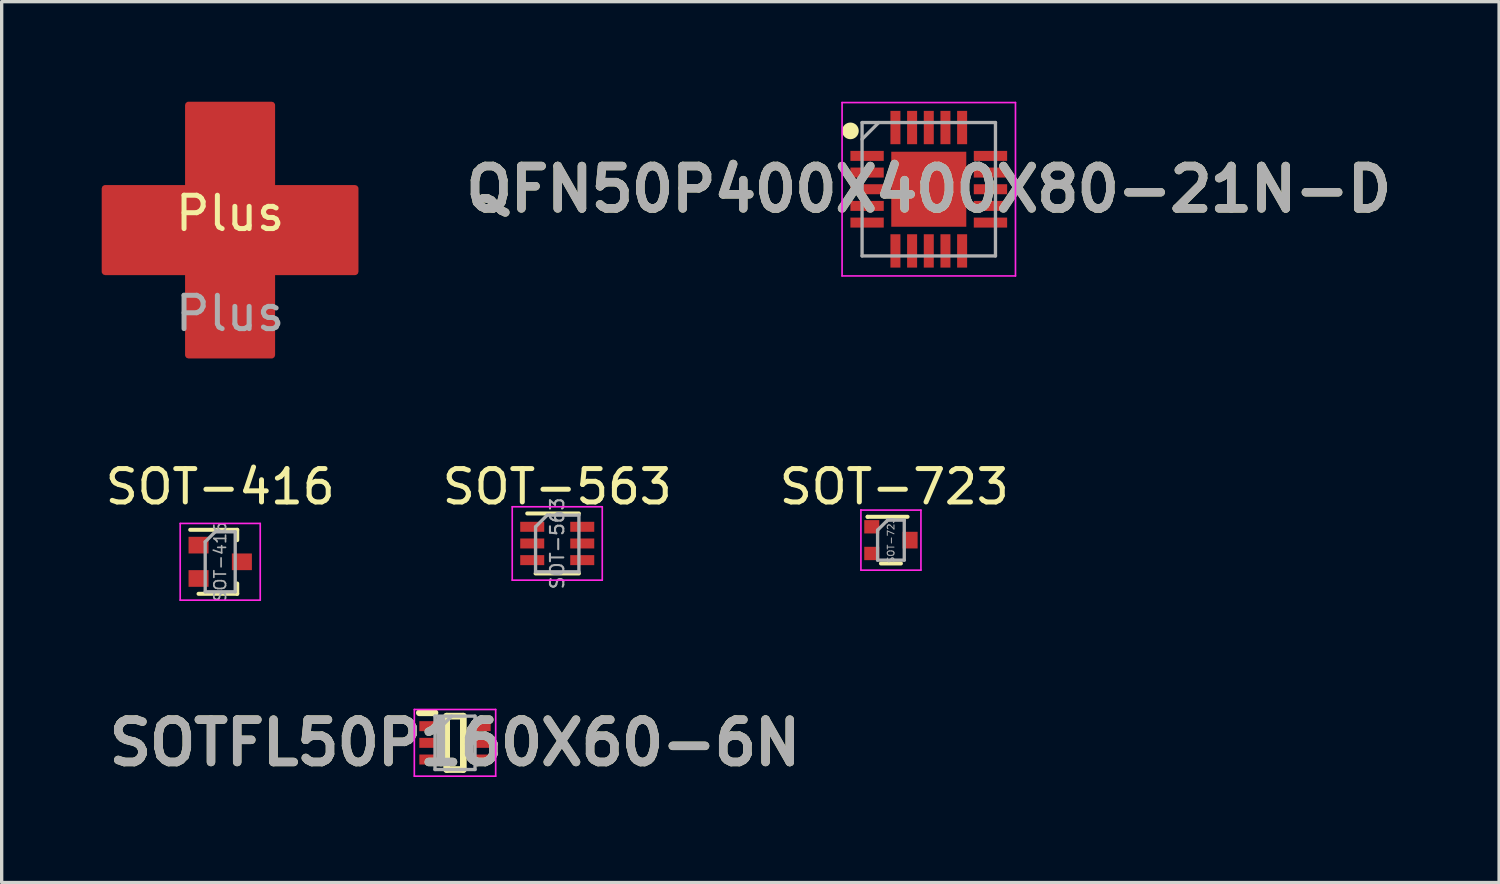
<source format=kicad_pcb>
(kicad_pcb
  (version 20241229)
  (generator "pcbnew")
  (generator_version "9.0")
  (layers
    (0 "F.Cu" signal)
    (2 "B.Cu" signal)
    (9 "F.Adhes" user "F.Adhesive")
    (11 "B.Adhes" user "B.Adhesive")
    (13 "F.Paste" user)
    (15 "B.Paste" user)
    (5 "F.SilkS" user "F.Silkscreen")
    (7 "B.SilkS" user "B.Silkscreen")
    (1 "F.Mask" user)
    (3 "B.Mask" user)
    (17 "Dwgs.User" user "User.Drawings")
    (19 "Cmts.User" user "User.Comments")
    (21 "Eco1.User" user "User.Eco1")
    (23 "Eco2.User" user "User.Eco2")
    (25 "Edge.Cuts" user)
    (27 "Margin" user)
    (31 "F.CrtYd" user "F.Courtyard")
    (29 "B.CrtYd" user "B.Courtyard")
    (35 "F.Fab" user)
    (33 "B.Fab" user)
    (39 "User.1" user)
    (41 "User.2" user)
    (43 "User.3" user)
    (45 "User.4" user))
  (footprint "Plus"
    (layer "F.Cu")
    (at 3.85 3.85)
    (property "Reference" "Plus" (at 0 -0.5 0) (unlocked yes) (layer "F.SilkS") (effects (font (size 1 1) (thickness 0.15))))
    (attr smd)
    (fp_text user "${REFERENCE}" (at 0 2.5 0) (unlocked yes) (layer "F.Fab") (effects (font (size 1 1) (thickness 0.15))))
    (pad "1" smd custom (at 0 0) (size 1 1) (layers "F.Cu" "F.Mask") (options (anchor rect)) (primitives (gr_poly (pts (xy -3.75 -1.25) (xy -1.25 -1.25) (xy -1.25 -3.75) (xy 1.25 -3.75) (xy 1.25 -1.25) (xy 3.75 -1.25) (xy 3.75 1.25) (xy 1.25 1.25) (xy 1.25 3.75) (xy -1.25 3.75) (xy -1.25 1.25) (xy -3.75 1.25)) (width 0.2) (fill yes)))))
  (footprint "SOTFL50P160X60-6N"
    (layer "F.Cu")
    (at 10.595 19.227)
    (property "Reference" "SOTFL50P160X60-6N" (at 0 0 0) (layer "F.SilkS") (effects (font (size 1.27 1.27) (thickness 0.254))))
    (attr smd)
    (fp_line (start -1.07 -0.9) (end -0.6 -0.9) (stroke (width 0.2) (type solid)) (layer "F.SilkS"))
    (fp_line (start -0.25 -0.8) (end 0.25 -0.8) (stroke (width 0.2) (type solid)) (layer "F.SilkS"))
    (fp_line (start -0.25 0.8) (end -0.25 -0.8) (stroke (width 0.2) (type solid)) (layer "F.SilkS"))
    (fp_line (start 0.25 -0.8) (end 0.25 0.8) (stroke (width 0.2) (type solid)) (layer "F.SilkS"))
    (fp_line (start 0.25 0.8) (end -0.25 0.8) (stroke (width 0.2) (type solid)) (layer "F.SilkS"))
    (fp_line (start -1.22 -1) (end 1.22 -1) (stroke (width 0.05) (type solid)) (layer "F.CrtYd"))
    (fp_line (start -1.22 1) (end -1.22 -1) (stroke (width 0.05) (type solid)) (layer "F.CrtYd"))
    (fp_line (start 1.22 -1) (end 1.22 1) (stroke (width 0.05) (type solid)) (layer "F.CrtYd"))
    (fp_line (start 1.22 1) (end -1.22 1) (stroke (width 0.05) (type solid)) (layer "F.CrtYd"))
    (fp_line (start -0.6 -0.8) (end 0.6 -0.8) (stroke (width 0.1) (type solid)) (layer "F.Fab"))
    (fp_line (start -0.6 -0.3) (end -0.1 -0.8) (stroke (width 0.1) (type solid)) (layer "F.Fab"))
    (fp_line (start -0.6 0.8) (end -0.6 -0.8) (stroke (width 0.1) (type solid)) (layer "F.Fab"))
    (fp_line (start 0.6 -0.8) (end 0.6 0.8) (stroke (width 0.1) (type solid)) (layer "F.Fab"))
    (fp_line (start 0.6 0.8) (end -0.6 0.8) (stroke (width 0.1) (type solid)) (layer "F.Fab"))
    (fp_text user "${REFERENCE}" (at 0 0 0) (layer "F.Fab") (effects (font (size 1.27 1.27) (thickness 0.254))))
    (pad "1" smd rect (at -0.835 -0.5 90) (size 0.3 0.47) (layers "F.Cu" "F.Mask" "F.Paste"))
    (pad "2" smd rect (at -0.835 0 90) (size 0.3 0.47) (layers "F.Cu" "F.Mask" "F.Paste"))
    (pad "3" smd rect (at -0.835 0.5 90) (size 0.3 0.47) (layers "F.Cu" "F.Mask" "F.Paste"))
    (pad "4" smd rect (at 0.835 0.5 90) (size 0.3 0.47) (layers "F.Cu" "F.Mask" "F.Paste"))
    (pad "5" smd rect (at 0.835 0 90) (size 0.3 0.47) (layers "F.Cu" "F.Mask" "F.Paste"))
    (pad "6" smd rect (at 0.835 -0.5 90) (size 0.3 0.47) (layers "F.Cu" "F.Mask" "F.Paste")))
  (footprint "SOT-563"
    (layer "F.Cu")
    (at 13.661 13.248)
    (property "Reference" "SOT-563" (at 0 -1.7 0) (layer "F.SilkS") (effects (font (size 1 1) (thickness 0.15))))
    (attr smd)
    (fp_line (start -0.9 -0.9) (end 0.65 -0.9) (stroke (width 0.12) (type solid)) (layer "F.SilkS"))
    (fp_line (start 0.65 0.9) (end -0.65 0.9) (stroke (width 0.12) (type solid)) (layer "F.SilkS"))
    (fp_line (start -1.35 -1.1) (end -1.35 1.1) (stroke (width 0.05) (type solid)) (layer "F.CrtYd"))
    (fp_line (start -1.35 -1.1) (end 1.35 -1.1) (stroke (width 0.05) (type solid)) (layer "F.CrtYd"))
    (fp_line (start 1.35 1.1) (end -1.35 1.1) (stroke (width 0.05) (type solid)) (layer "F.CrtYd"))
    (fp_line (start 1.35 1.1) (end 1.35 -1.1) (stroke (width 0.05) (type solid)) (layer "F.CrtYd"))
    (fp_line (start -0.65 -0.5) (end -0.65 0.85) (stroke (width 0.1) (type solid)) (layer "F.Fab"))
    (fp_line (start -0.65 -0.5) (end -0.3 -0.85) (stroke (width 0.1) (type solid)) (layer "F.Fab"))
    (fp_line (start -0.65 0.85) (end 0.65 0.85) (stroke (width 0.1) (type solid)) (layer "F.Fab"))
    (fp_line (start 0.65 -0.85) (end -0.3 -0.85) (stroke (width 0.1) (type solid)) (layer "F.Fab"))
    (fp_line (start 0.65 0.85) (end 0.65 -0.85) (stroke (width 0.1) (type solid)) (layer "F.Fab"))
    (fp_text user "${REFERENCE}" (at 0 0 90) (layer "F.Fab") (effects (font (size 0.4 0.4) (thickness 0.062))))
    (pad "1" smd rect (at -0.75 -0.5) (size 0.72 0.3) (layers "F.Cu" "F.Mask" "F.Paste"))
    (pad "2" smd rect (at -0.75 0) (size 0.72 0.3) (layers "F.Cu" "F.Mask" "F.Paste"))
    (pad "3" smd rect (at -0.75 0.5) (size 0.72 0.3) (layers "F.Cu" "F.Mask" "F.Paste"))
    (pad "4" smd rect (at 0.75 0.5) (size 0.72 0.3) (layers "F.Cu" "F.Mask" "F.Paste"))
    (pad "5" smd rect (at 0.75 0) (size 0.72 0.3) (layers "F.Cu" "F.Mask" "F.Paste"))
    (pad "6" smd rect (at 0.75 -0.5) (size 0.72 0.3) (layers "F.Cu" "F.Mask" "F.Paste")))
  (footprint "SOT-416"
    (layer "F.Cu")
    (at 3.554 13.798)
    (property "Reference" "SOT-416" (at 0 -2.25 0) (layer "F.SilkS") (effects (font (size 1 1) (thickness 0.15))))
    (attr smd)
    (fp_line (start 0.51 -0.96) (end -0.9 -0.96) (stroke (width 0.12) (type solid)) (layer "F.SilkS"))
    (fp_line (start 0.51 -0.96) (end 0.51 -0.65) (stroke (width 0.12) (type solid)) (layer "F.SilkS"))
    (fp_line (start 0.51 0.96) (end -0.65 0.96) (stroke (width 0.12) (type solid)) (layer "F.SilkS"))
    (fp_line (start 0.51 0.96) (end 0.51 0.65) (stroke (width 0.12) (type solid)) (layer "F.SilkS"))
    (fp_line (start -1.2 -1.15) (end 1.2 -1.15) (stroke (width 0.05) (type solid)) (layer "F.CrtYd"))
    (fp_line (start -1.2 1.15) (end -1.2 -1.15) (stroke (width 0.05) (type solid)) (layer "F.CrtYd"))
    (fp_line (start 1.2 -1.15) (end 1.2 1.15) (stroke (width 0.05) (type solid)) (layer "F.CrtYd"))
    (fp_line (start 1.2 1.15) (end -1.2 1.15) (stroke (width 0.05) (type solid)) (layer "F.CrtYd"))
    (fp_line (start -0.45 -0.6) (end -0.45 0.9) (stroke (width 0.1) (type solid)) (layer "F.Fab"))
    (fp_line (start -0.45 0.9) (end 0.45 0.9) (stroke (width 0.1) (type solid)) (layer "F.Fab"))
    (fp_line (start -0.15 -0.9) (end -0.45 -0.6) (stroke (width 0.1) (type solid)) (layer "F.Fab"))
    (fp_line (start -0.15 -0.9) (end 0.45 -0.9) (stroke (width 0.1) (type solid)) (layer "F.Fab"))
    (fp_line (start 0.45 -0.9) (end 0.45 0.9) (stroke (width 0.1) (type solid)) (layer "F.Fab"))
    (fp_text user "${REFERENCE}" (at 0 0 90) (layer "F.Fab") (effects (font (size 0.35 0.35) (thickness 0.05))))
    (pad "1" smd rect (at -0.65 -0.5) (size 0.6 0.5) (layers "F.Cu" "F.Mask" "F.Paste"))
    (pad "2" smd rect (at -0.65 0.5) (size 0.6 0.5) (layers "F.Cu" "F.Mask" "F.Paste"))
    (pad "3" smd rect (at 0.65 0) (size 0.6 0.5) (layers "F.Cu" "F.Mask" "F.Paste")))
  (footprint "SOT-723"
    (layer "F.Cu")
    (at 23.668 13.148)
    (property "Reference" "SOT-723" (at 0.1 -1.6 0) (layer "F.SilkS") (effects (font (size 1 1) (thickness 0.15))))
    (attr smd)
    (fp_line (start -0.7 -0.7) (end -0.7 -0.7) (stroke (width 0.12) (type solid)) (layer "F.SilkS"))
    (fp_line (start 0.3 0.7) (end -0.3 0.7) (stroke (width 0.12) (type solid)) (layer "F.SilkS"))
    (fp_line (start 0.5 -0.7) (end -0.7 -0.7) (stroke (width 0.12) (type solid)) (layer "F.SilkS"))
    (fp_line (start -0.9 -0.9) (end -0.9 -0.9) (stroke (width 0.05) (type solid)) (layer "F.CrtYd"))
    (fp_line (start -0.9 -0.9) (end 0.9 -0.9) (stroke (width 0.05) (type solid)) (layer "F.CrtYd"))
    (fp_line (start -0.9 0.9) (end -0.9 -0.9) (stroke (width 0.05) (type solid)) (layer "F.CrtYd"))
    (fp_line (start 0.9 -0.9) (end 0.9 0.9) (stroke (width 0.05) (type solid)) (layer "F.CrtYd"))
    (fp_line (start 0.9 0.9) (end -0.9 0.9) (stroke (width 0.05) (type solid)) (layer "F.CrtYd"))
    (fp_line (start -0.4 -0.3) (end -0.1 -0.6) (stroke (width 0.1) (type solid)) (layer "F.Fab"))
    (fp_line (start -0.4 0.6) (end -0.4 -0.3) (stroke (width 0.1) (type solid)) (layer "F.Fab"))
    (fp_line (start -0.1 -0.6) (end 0.4 -0.6) (stroke (width 0.1) (type solid)) (layer "F.Fab"))
    (fp_line (start 0.4 -0.6) (end 0.4 0.6) (stroke (width 0.1) (type solid)) (layer "F.Fab"))
    (fp_line (start 0.4 0.6) (end -0.4 0.6) (stroke (width 0.1) (type solid)) (layer "F.Fab"))
    (fp_text user "${REFERENCE}" (at 0 0 90) (layer "F.Fab") (effects (font (size 0.2 0.2) (thickness 0.03))))
    (pad "1" smd rect (at -0.575 -0.4) (size 0.45 0.4) (layers "F.Cu" "F.Mask" "F.Paste"))
    (pad "2" smd rect (at -0.575 0.4) (size 0.45 0.4) (layers "F.Cu" "F.Mask" "F.Paste"))
    (pad "3" smd rect (at 0.575 0) (size 0.45 0.5) (layers "F.Cu" "F.Mask" "F.Paste")))
  (footprint "QFN50P400X400X80-21N-D"
    (layer "F.Cu")
    (at 24.803 2.625)
    (property "Reference" "QFN50P400X400X80-21N-D" (at 0 0 0) (layer "F.SilkS") (effects (font (size 1.27 1.27) (thickness 0.254))))
    (attr smd)
    (fp_circle (center -2.35 -1.75) (end -2.35 -1.625) (stroke (width 0.25) (type solid)) (fill no) (layer "F.SilkS"))
    (fp_line (start -2.6 -2.6) (end 2.6 -2.6) (stroke (width 0.05) (type solid)) (layer "F.CrtYd"))
    (fp_line (start -2.6 2.6) (end -2.6 -2.6) (stroke (width 0.05) (type solid)) (layer "F.CrtYd"))
    (fp_line (start 2.6 -2.6) (end 2.6 2.6) (stroke (width 0.05) (type solid)) (layer "F.CrtYd"))
    (fp_line (start 2.6 2.6) (end -2.6 2.6) (stroke (width 0.05) (type solid)) (layer "F.CrtYd"))
    (fp_line (start -2 -2) (end 2 -2) (stroke (width 0.1) (type solid)) (layer "F.Fab"))
    (fp_line (start -2 -1.5) (end -1.5 -2) (stroke (width 0.1) (type solid)) (layer "F.Fab"))
    (fp_line (start -2 2) (end -2 -2) (stroke (width 0.1) (type solid)) (layer "F.Fab"))
    (fp_line (start 2 -2) (end 2 2) (stroke (width 0.1) (type solid)) (layer "F.Fab"))
    (fp_line (start 2 2) (end -2 2) (stroke (width 0.1) (type solid)) (layer "F.Fab"))
    (fp_text user "${REFERENCE}" (at 0 0 0) (layer "F.Fab") (effects (font (size 1.27 1.27) (thickness 0.254))))
    (pad "1" smd rect (at -1.85 -1 90) (size 0.3 1) (layers "F.Cu" "F.Mask" "F.Paste"))
    (pad "2" smd rect (at -1.85 -0.5 90) (size 0.3 1) (layers "F.Cu" "F.Mask" "F.Paste"))
    (pad "3" smd rect (at -1.85 0 90) (size 0.3 1) (layers "F.Cu" "F.Mask" "F.Paste"))
    (pad "4" smd rect (at -1.85 0.5 90) (size 0.3 1) (layers "F.Cu" "F.Mask" "F.Paste"))
    (pad "5" smd rect (at -1.85 1 90) (size 0.3 1) (layers "F.Cu" "F.Mask" "F.Paste"))
    (pad "6" smd rect (at -1 1.85) (size 0.3 1) (layers "F.Cu" "F.Mask" "F.Paste"))
    (pad "7" smd rect (at -0.5 1.85) (size 0.3 1) (layers "F.Cu" "F.Mask" "F.Paste"))
    (pad "8" smd rect (at 0 1.85) (size 0.3 1) (layers "F.Cu" "F.Mask" "F.Paste"))
    (pad "9" smd rect (at 0.5 1.85) (size 0.3 1) (layers "F.Cu" "F.Mask" "F.Paste"))
    (pad "10" smd rect (at 1 1.85) (size 0.3 1) (layers "F.Cu" "F.Mask" "F.Paste"))
    (pad "11" smd rect (at 1.85 1 90) (size 0.3 1) (layers "F.Cu" "F.Mask" "F.Paste"))
    (pad "12" smd rect (at 1.85 0.5 90) (size 0.3 1) (layers "F.Cu" "F.Mask" "F.Paste"))
    (pad "13" smd rect (at 1.85 0 90) (size 0.3 1) (layers "F.Cu" "F.Mask" "F.Paste"))
    (pad "14" smd rect (at 1.85 -0.5 90) (size 0.3 1) (layers "F.Cu" "F.Mask" "F.Paste"))
    (pad "15" smd rect (at 1.85 -1 90) (size 0.3 1) (layers "F.Cu" "F.Mask" "F.Paste"))
    (pad "16" smd rect (at 1 -1.85) (size 0.3 1) (layers "F.Cu" "F.Mask" "F.Paste"))
    (pad "17" smd rect (at 0.5 -1.85) (size 0.3 1) (layers "F.Cu" "F.Mask" "F.Paste"))
    (pad "18" smd rect (at 0 -1.85) (size 0.3 1) (layers "F.Cu" "F.Mask" "F.Paste"))
    (pad "19" smd rect (at -0.5 -1.85) (size 0.3 1) (layers "F.Cu" "F.Mask" "F.Paste"))
    (pad "20" smd rect (at -1 -1.85) (size 0.3 1) (layers "F.Cu" "F.Mask" "F.Paste"))
    (pad "21" smd rect (at 0 0) (size 2.25 2.25) (layers "F.Cu" "F.Mask" "F.Paste")))
  (gr_rect
    (start -3 -3)
    (end 41.906 23.416)
    (stroke (width 0.1) (type default))
    (fill no)
    (layer "Edge.Cuts")))
</source>
